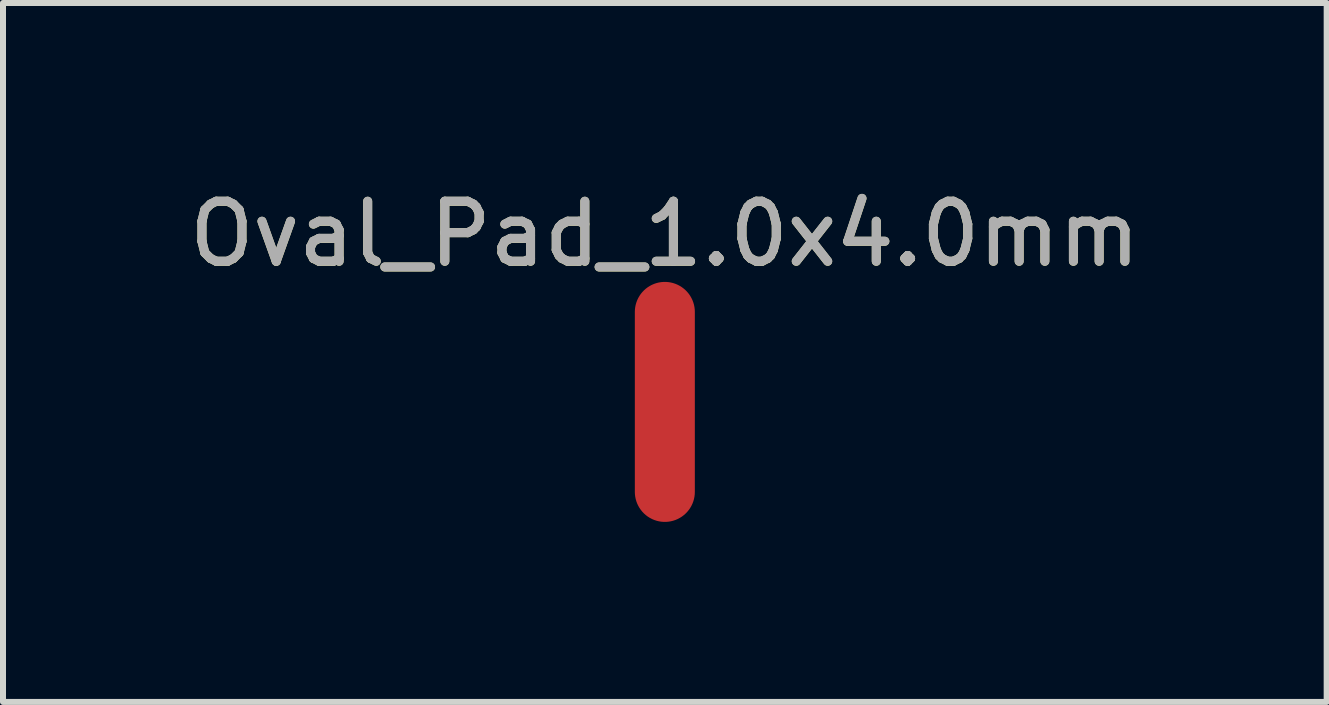
<source format=kicad_pcb>
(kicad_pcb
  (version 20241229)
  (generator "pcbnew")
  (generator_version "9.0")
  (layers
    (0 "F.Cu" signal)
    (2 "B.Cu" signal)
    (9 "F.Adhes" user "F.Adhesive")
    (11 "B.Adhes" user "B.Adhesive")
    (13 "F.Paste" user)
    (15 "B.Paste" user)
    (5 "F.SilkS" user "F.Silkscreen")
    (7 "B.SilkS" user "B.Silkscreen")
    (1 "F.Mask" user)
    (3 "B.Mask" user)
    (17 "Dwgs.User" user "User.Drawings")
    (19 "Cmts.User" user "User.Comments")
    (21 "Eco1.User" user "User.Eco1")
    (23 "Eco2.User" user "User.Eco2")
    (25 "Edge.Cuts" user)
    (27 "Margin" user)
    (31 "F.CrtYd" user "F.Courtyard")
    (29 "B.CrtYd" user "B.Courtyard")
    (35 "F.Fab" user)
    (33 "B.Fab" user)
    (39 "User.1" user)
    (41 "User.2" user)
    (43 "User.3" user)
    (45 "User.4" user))
  (footprint "Oval_Pad_1.0x4.0mm"
    (layer "F.Cu")
    (at 8.03 3.648)
    (property "Reference" "Oval_Pad_1.0x4.0mm" (at 0 -2.798 0) (layer "F.SilkS") (effects (font (size 1 1) (thickness 0.15))))
    (attr exclude_from_pos_files exclude_from_bom)
    (fp_text user "${REFERENCE}" (at 0 -2.8 0) (layer "F.Fab") (effects (font (size 1 1) (thickness 0.15))))
    (pad "1" smd oval (at 0 0) (size 1 4) (layers "F.Cu" "F.Mask")))
  (gr_rect
    (start -3 -3)
    (end 19.06 8.648)
    (stroke (width 0.1) (type default))
    (fill no)
    (layer "Edge.Cuts")))
</source>
